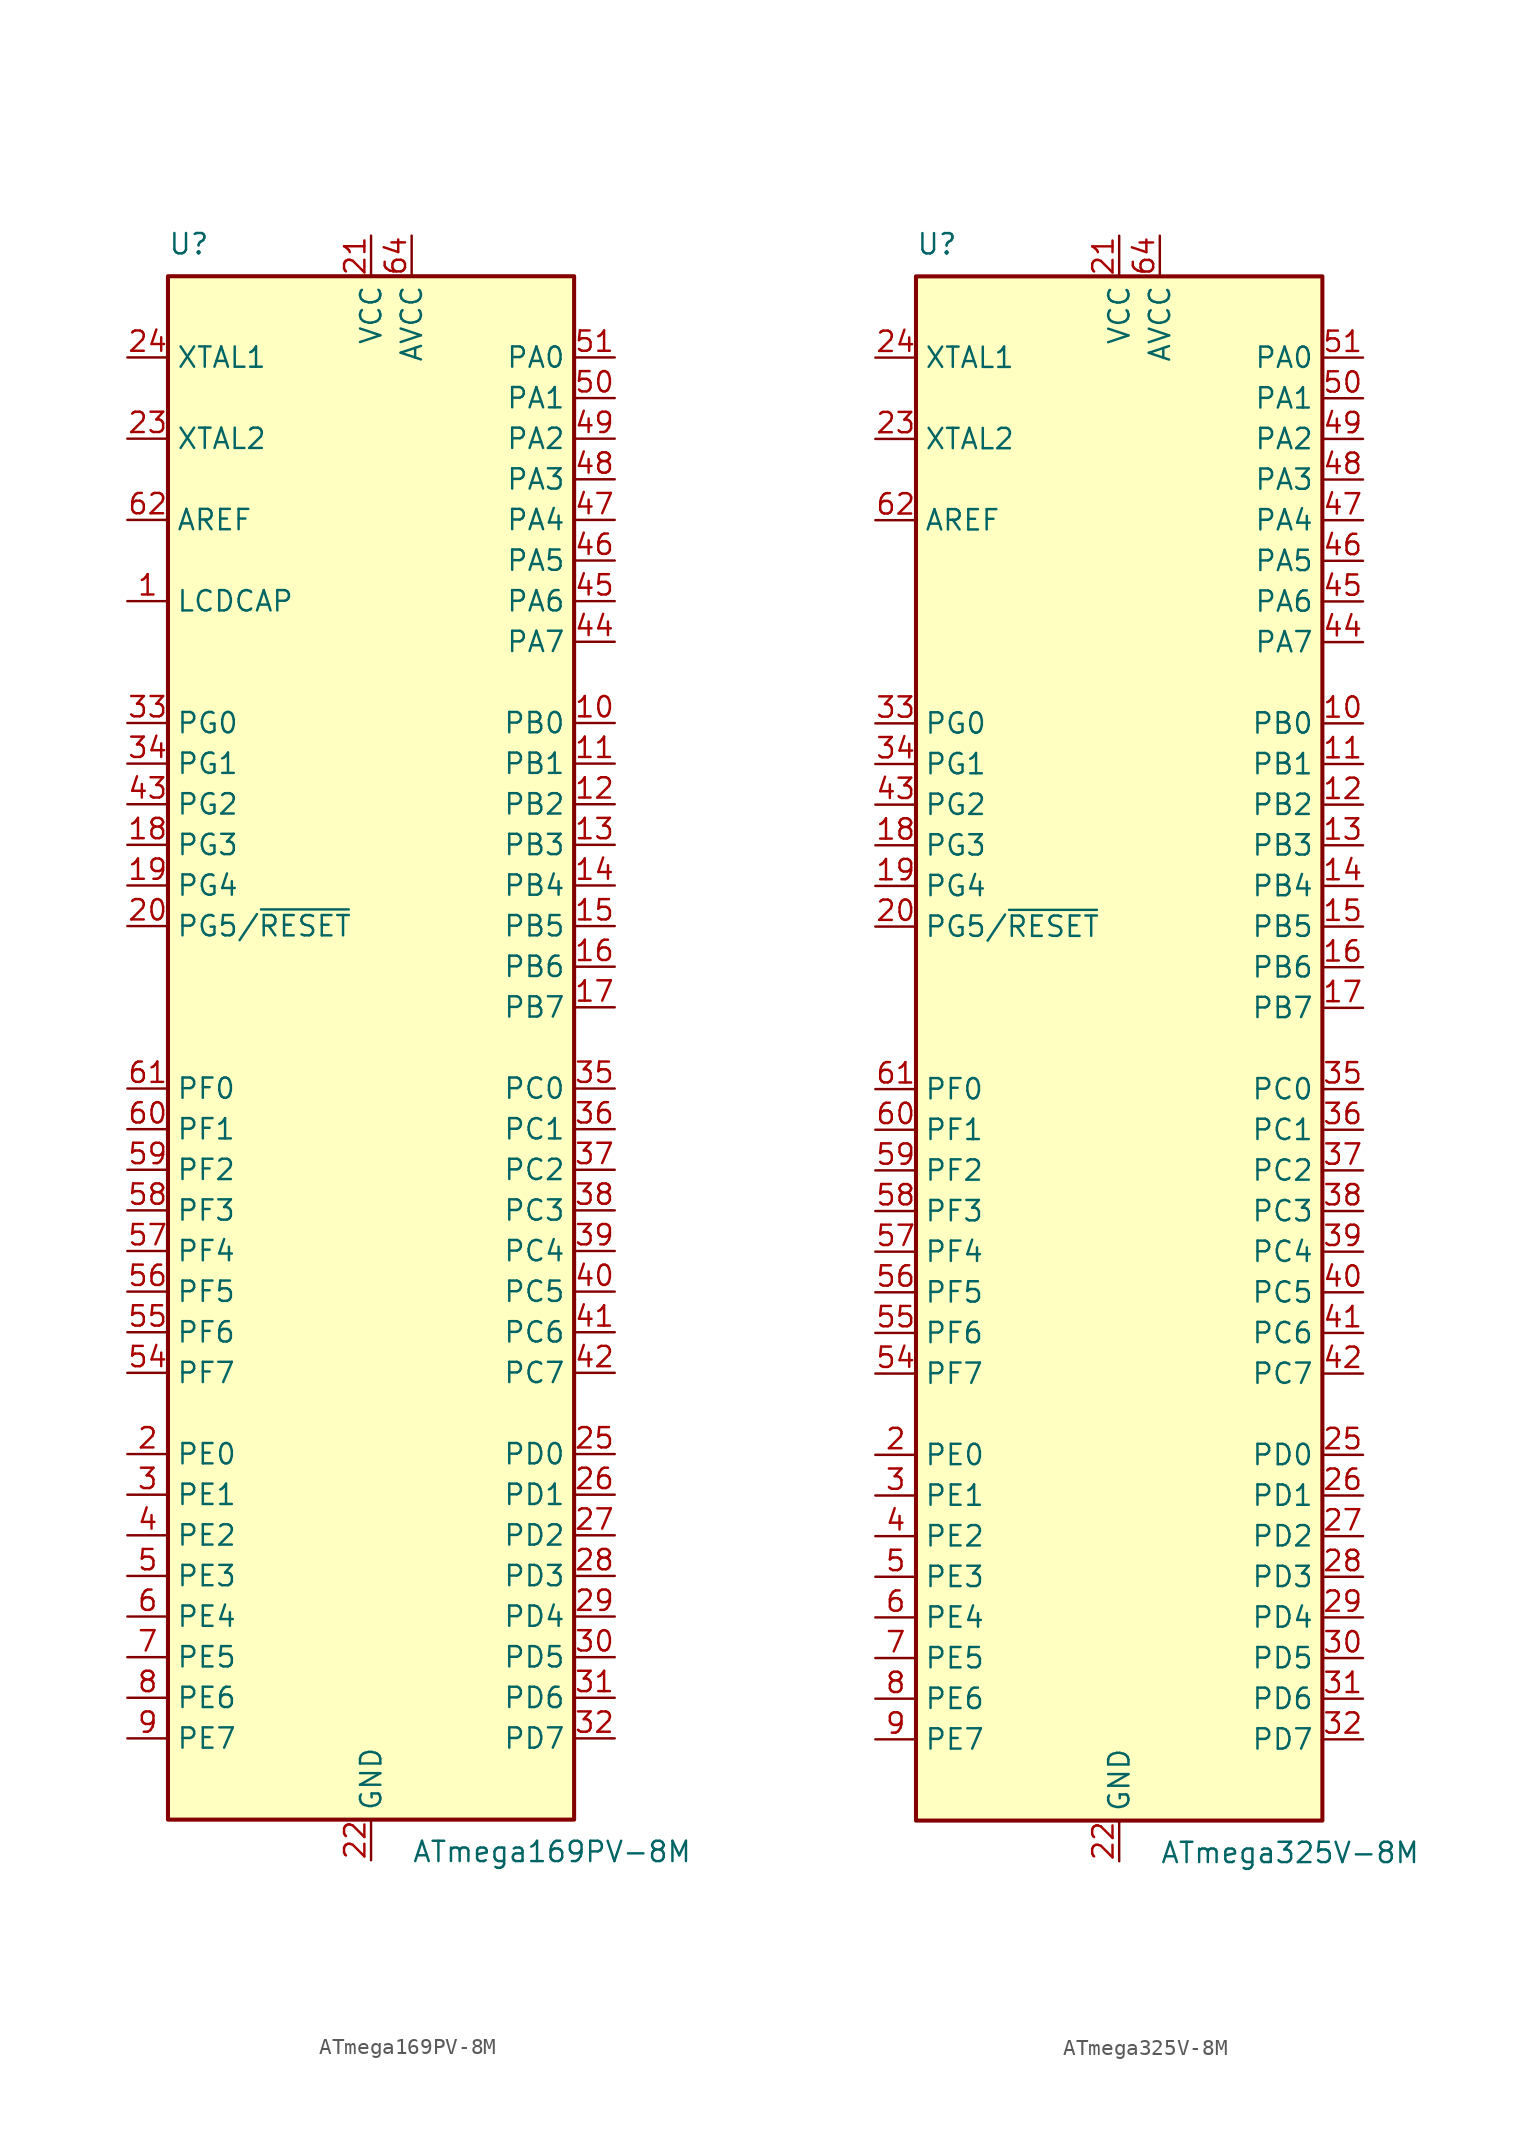
<source format=kicad_sym>
(kicad_symbol_lib
  (version 20211014)
  (generator kicad_symbol_editor)
  (symbol "ATmega169PV-8M"
    (property "Reference" "U"
      (at -12.7 49.53 0)
      (effects (font (size 1.27 1.27)) (justify left bottom)))
    (property "Value" "ATmega169PV-8M"
      (at 2.54 -49.53 0)
      (effects (font (size 1.27 1.27)) (justify left top)))
    (symbol "ATmega169PV-8M_0_1"
      (rectangle (start -12.7 -48.26) (end 12.7 48.26) (stroke (width 0.254) (type default) (color 0 0 0 0)) (fill (type background))))
    (symbol "ATmega169PV-8M_1_1"
      (pin passive line (at -15.24 27.94 0) (length 2.54) (name "LCDCAP" (effects (font (size 1.27 1.27)))) (number "1" (effects (font (size 1.27 1.27)))))
      (pin bidirectional line (at 15.24 20.32 180) (length 2.54) (name "PB0" (effects (font (size 1.27 1.27)))) (number "10" (effects (font (size 1.27 1.27)))))
      (pin bidirectional line (at 15.24 17.78 180) (length 2.54) (name "PB1" (effects (font (size 1.27 1.27)))) (number "11" (effects (font (size 1.27 1.27)))))
      (pin bidirectional line (at 15.24 15.24 180) (length 2.54) (name "PB2" (effects (font (size 1.27 1.27)))) (number "12" (effects (font (size 1.27 1.27)))))
      (pin bidirectional line (at 15.24 12.7 180) (length 2.54) (name "PB3" (effects (font (size 1.27 1.27)))) (number "13" (effects (font (size 1.27 1.27)))))
      (pin bidirectional line (at 15.24 10.16 180) (length 2.54) (name "PB4" (effects (font (size 1.27 1.27)))) (number "14" (effects (font (size 1.27 1.27)))))
      (pin bidirectional line (at 15.24 7.62 180) (length 2.54) (name "PB5" (effects (font (size 1.27 1.27)))) (number "15" (effects (font (size 1.27 1.27)))))
      (pin bidirectional line (at 15.24 5.08 180) (length 2.54) (name "PB6" (effects (font (size 1.27 1.27)))) (number "16" (effects (font (size 1.27 1.27)))))
      (pin bidirectional line (at 15.24 2.54 180) (length 2.54) (name "PB7" (effects (font (size 1.27 1.27)))) (number "17" (effects (font (size 1.27 1.27)))))
      (pin bidirectional line (at -15.24 12.7 0) (length 2.54) (name "PG3" (effects (font (size 1.27 1.27)))) (number "18" (effects (font (size 1.27 1.27)))))
      (pin bidirectional line (at -15.24 10.16 0) (length 2.54) (name "PG4" (effects (font (size 1.27 1.27)))) (number "19" (effects (font (size 1.27 1.27)))))
      (pin bidirectional line (at -15.24 -25.4 0) (length 2.54) (name "PE0" (effects (font (size 1.27 1.27)))) (number "2" (effects (font (size 1.27 1.27)))))
      (pin bidirectional line (at -15.24 7.62 0) (length 2.54) (name "PG5/~{RESET}" (effects (font (size 1.27 1.27)))) (number "20" (effects (font (size 1.27 1.27)))))
      (pin power_in line (at 0 50.8 270) (length 2.54) (name "VCC" (effects (font (size 1.27 1.27)))) (number "21" (effects (font (size 1.27 1.27)))))
      (pin power_in line (at 0 -50.8 90) (length 2.54) (name "GND" (effects (font (size 1.27 1.27)))) (number "22" (effects (font (size 1.27 1.27)))))
      (pin output line (at -15.24 38.1 0) (length 2.54) (name "XTAL2" (effects (font (size 1.27 1.27)))) (number "23" (effects (font (size 1.27 1.27)))))
      (pin input line (at -15.24 43.18 0) (length 2.54) (name "XTAL1" (effects (font (size 1.27 1.27)))) (number "24" (effects (font (size 1.27 1.27)))))
      (pin bidirectional line (at 15.24 -25.4 180) (length 2.54) (name "PD0" (effects (font (size 1.27 1.27)))) (number "25" (effects (font (size 1.27 1.27)))))
      (pin bidirectional line (at 15.24 -27.94 180) (length 2.54) (name "PD1" (effects (font (size 1.27 1.27)))) (number "26" (effects (font (size 1.27 1.27)))))
      (pin bidirectional line (at 15.24 -30.48 180) (length 2.54) (name "PD2" (effects (font (size 1.27 1.27)))) (number "27" (effects (font (size 1.27 1.27)))))
      (pin bidirectional line (at 15.24 -33.02 180) (length 2.54) (name "PD3" (effects (font (size 1.27 1.27)))) (number "28" (effects (font (size 1.27 1.27)))))
      (pin bidirectional line (at 15.24 -35.56 180) (length 2.54) (name "PD4" (effects (font (size 1.27 1.27)))) (number "29" (effects (font (size 1.27 1.27)))))
      (pin bidirectional line (at -15.24 -27.94 0) (length 2.54) (name "PE1" (effects (font (size 1.27 1.27)))) (number "3" (effects (font (size 1.27 1.27)))))
      (pin bidirectional line (at 15.24 -38.1 180) (length 2.54) (name "PD5" (effects (font (size 1.27 1.27)))) (number "30" (effects (font (size 1.27 1.27)))))
      (pin bidirectional line (at 15.24 -40.64 180) (length 2.54) (name "PD6" (effects (font (size 1.27 1.27)))) (number "31" (effects (font (size 1.27 1.27)))))
      (pin bidirectional line (at 15.24 -43.18 180) (length 2.54) (name "PD7" (effects (font (size 1.27 1.27)))) (number "32" (effects (font (size 1.27 1.27)))))
      (pin bidirectional line (at -15.24 20.32 0) (length 2.54) (name "PG0" (effects (font (size 1.27 1.27)))) (number "33" (effects (font (size 1.27 1.27)))))
      (pin bidirectional line (at -15.24 17.78 0) (length 2.54) (name "PG1" (effects (font (size 1.27 1.27)))) (number "34" (effects (font (size 1.27 1.27)))))
      (pin bidirectional line (at 15.24 -2.54 180) (length 2.54) (name "PC0" (effects (font (size 1.27 1.27)))) (number "35" (effects (font (size 1.27 1.27)))))
      (pin bidirectional line (at 15.24 -5.08 180) (length 2.54) (name "PC1" (effects (font (size 1.27 1.27)))) (number "36" (effects (font (size 1.27 1.27)))))
      (pin bidirectional line (at 15.24 -7.62 180) (length 2.54) (name "PC2" (effects (font (size 1.27 1.27)))) (number "37" (effects (font (size 1.27 1.27)))))
      (pin bidirectional line (at 15.24 -10.16 180) (length 2.54) (name "PC3" (effects (font (size 1.27 1.27)))) (number "38" (effects (font (size 1.27 1.27)))))
      (pin bidirectional line (at 15.24 -12.7 180) (length 2.54) (name "PC4" (effects (font (size 1.27 1.27)))) (number "39" (effects (font (size 1.27 1.27)))))
      (pin bidirectional line (at -15.24 -30.48 0) (length 2.54) (name "PE2" (effects (font (size 1.27 1.27)))) (number "4" (effects (font (size 1.27 1.27)))))
      (pin bidirectional line (at 15.24 -15.24 180) (length 2.54) (name "PC5" (effects (font (size 1.27 1.27)))) (number "40" (effects (font (size 1.27 1.27)))))
      (pin bidirectional line (at 15.24 -17.78 180) (length 2.54) (name "PC6" (effects (font (size 1.27 1.27)))) (number "41" (effects (font (size 1.27 1.27)))))
      (pin bidirectional line (at 15.24 -20.32 180) (length 2.54) (name "PC7" (effects (font (size 1.27 1.27)))) (number "42" (effects (font (size 1.27 1.27)))))
      (pin bidirectional line (at -15.24 15.24 0) (length 2.54) (name "PG2" (effects (font (size 1.27 1.27)))) (number "43" (effects (font (size 1.27 1.27)))))
      (pin bidirectional line (at 15.24 25.4 180) (length 2.54) (name "PA7" (effects (font (size 1.27 1.27)))) (number "44" (effects (font (size 1.27 1.27)))))
      (pin bidirectional line (at 15.24 27.94 180) (length 2.54) (name "PA6" (effects (font (size 1.27 1.27)))) (number "45" (effects (font (size 1.27 1.27)))))
      (pin bidirectional line (at 15.24 30.48 180) (length 2.54) (name "PA5" (effects (font (size 1.27 1.27)))) (number "46" (effects (font (size 1.27 1.27)))))
      (pin bidirectional line (at 15.24 33.02 180) (length 2.54) (name "PA4" (effects (font (size 1.27 1.27)))) (number "47" (effects (font (size 1.27 1.27)))))
      (pin bidirectional line (at 15.24 35.56 180) (length 2.54) (name "PA3" (effects (font (size 1.27 1.27)))) (number "48" (effects (font (size 1.27 1.27)))))
      (pin bidirectional line (at 15.24 38.1 180) (length 2.54) (name "PA2" (effects (font (size 1.27 1.27)))) (number "49" (effects (font (size 1.27 1.27)))))
      (pin bidirectional line (at -15.24 -33.02 0) (length 2.54) (name "PE3" (effects (font (size 1.27 1.27)))) (number "5" (effects (font (size 1.27 1.27)))))
      (pin bidirectional line (at 15.24 40.64 180) (length 2.54) (name "PA1" (effects (font (size 1.27 1.27)))) (number "50" (effects (font (size 1.27 1.27)))))
      (pin bidirectional line (at 15.24 43.18 180) (length 2.54) (name "PA0" (effects (font (size 1.27 1.27)))) (number "51" (effects (font (size 1.27 1.27)))))
      (pin passive line (at 0 50.8 270) (length 2.54) hide (name "VCC" (effects (font (size 1.27 1.27)))) (number "52" (effects (font (size 1.27 1.27)))))
      (pin passive line (at 0 -50.8 90) (length 2.54) hide (name "GND" (effects (font (size 1.27 1.27)))) (number "53" (effects (font (size 1.27 1.27)))))
      (pin bidirectional line (at -15.24 -20.32 0) (length 2.54) (name "PF7" (effects (font (size 1.27 1.27)))) (number "54" (effects (font (size 1.27 1.27)))))
      (pin bidirectional line (at -15.24 -17.78 0) (length 2.54) (name "PF6" (effects (font (size 1.27 1.27)))) (number "55" (effects (font (size 1.27 1.27)))))
      (pin bidirectional line (at -15.24 -15.24 0) (length 2.54) (name "PF5" (effects (font (size 1.27 1.27)))) (number "56" (effects (font (size 1.27 1.27)))))
      (pin bidirectional line (at -15.24 -12.7 0) (length 2.54) (name "PF4" (effects (font (size 1.27 1.27)))) (number "57" (effects (font (size 1.27 1.27)))))
      (pin bidirectional line (at -15.24 -10.16 0) (length 2.54) (name "PF3" (effects (font (size 1.27 1.27)))) (number "58" (effects (font (size 1.27 1.27)))))
      (pin bidirectional line (at -15.24 -7.62 0) (length 2.54) (name "PF2" (effects (font (size 1.27 1.27)))) (number "59" (effects (font (size 1.27 1.27)))))
      (pin bidirectional line (at -15.24 -35.56 0) (length 2.54) (name "PE4" (effects (font (size 1.27 1.27)))) (number "6" (effects (font (size 1.27 1.27)))))
      (pin bidirectional line (at -15.24 -5.08 0) (length 2.54) (name "PF1" (effects (font (size 1.27 1.27)))) (number "60" (effects (font (size 1.27 1.27)))))
      (pin bidirectional line (at -15.24 -2.54 0) (length 2.54) (name "PF0" (effects (font (size 1.27 1.27)))) (number "61" (effects (font (size 1.27 1.27)))))
      (pin passive line (at -15.24 33.02 0) (length 2.54) (name "AREF" (effects (font (size 1.27 1.27)))) (number "62" (effects (font (size 1.27 1.27)))))
      (pin passive line (at 0 -50.8 90) (length 2.54) hide (name "GND" (effects (font (size 1.27 1.27)))) (number "63" (effects (font (size 1.27 1.27)))))
      (pin power_in line (at 2.54 50.8 270) (length 2.54) (name "AVCC" (effects (font (size 1.27 1.27)))) (number "64" (effects (font (size 1.27 1.27)))))
      (pin passive line (at 0 -50.8 90) (length 2.54) hide (name "GND" (effects (font (size 1.27 1.27)))) (number "65" (effects (font (size 1.27 1.27)))))
      (pin bidirectional line (at -15.24 -38.1 0) (length 2.54) (name "PE5" (effects (font (size 1.27 1.27)))) (number "7" (effects (font (size 1.27 1.27)))))
      (pin bidirectional line (at -15.24 -40.64 0) (length 2.54) (name "PE6" (effects (font (size 1.27 1.27)))) (number "8" (effects (font (size 1.27 1.27)))))
      (pin bidirectional line (at -15.24 -43.18 0) (length 2.54) (name "PE7" (effects (font (size 1.27 1.27)))) (number "9" (effects (font (size 1.27 1.27)))))))
  (symbol "ATmega325V-8M"
    (property "Reference" "U"
      (at -12.7 49.53 0)
      (effects (font (size 1.27 1.27)) (justify left bottom)))
    (property "Value" "ATmega325V-8M"
      (at 2.54 -49.53 0)
      (effects (font (size 1.27 1.27)) (justify left top)))
    (symbol "ATmega325V-8M_0_1"
      (rectangle (start -12.7 -48.26) (end 12.7 48.26) (stroke (width 0.254) (type default) (color 0 0 0 0)) (fill (type background))))
    (symbol "ATmega325V-8M_1_1"
      (pin no_connect line (at -12.7 -45.72 0) (length 2.54) hide (name "NC" (effects (font (size 1.27 1.27)))) (number "1" (effects (font (size 1.27 1.27)))))
      (pin bidirectional line (at 15.24 20.32 180) (length 2.54) (name "PB0" (effects (font (size 1.27 1.27)))) (number "10" (effects (font (size 1.27 1.27)))))
      (pin bidirectional line (at 15.24 17.78 180) (length 2.54) (name "PB1" (effects (font (size 1.27 1.27)))) (number "11" (effects (font (size 1.27 1.27)))))
      (pin bidirectional line (at 15.24 15.24 180) (length 2.54) (name "PB2" (effects (font (size 1.27 1.27)))) (number "12" (effects (font (size 1.27 1.27)))))
      (pin bidirectional line (at 15.24 12.7 180) (length 2.54) (name "PB3" (effects (font (size 1.27 1.27)))) (number "13" (effects (font (size 1.27 1.27)))))
      (pin bidirectional line (at 15.24 10.16 180) (length 2.54) (name "PB4" (effects (font (size 1.27 1.27)))) (number "14" (effects (font (size 1.27 1.27)))))
      (pin bidirectional line (at 15.24 7.62 180) (length 2.54) (name "PB5" (effects (font (size 1.27 1.27)))) (number "15" (effects (font (size 1.27 1.27)))))
      (pin bidirectional line (at 15.24 5.08 180) (length 2.54) (name "PB6" (effects (font (size 1.27 1.27)))) (number "16" (effects (font (size 1.27 1.27)))))
      (pin bidirectional line (at 15.24 2.54 180) (length 2.54) (name "PB7" (effects (font (size 1.27 1.27)))) (number "17" (effects (font (size 1.27 1.27)))))
      (pin bidirectional line (at -15.24 12.7 0) (length 2.54) (name "PG3" (effects (font (size 1.27 1.27)))) (number "18" (effects (font (size 1.27 1.27)))))
      (pin bidirectional line (at -15.24 10.16 0) (length 2.54) (name "PG4" (effects (font (size 1.27 1.27)))) (number "19" (effects (font (size 1.27 1.27)))))
      (pin bidirectional line (at -15.24 -25.4 0) (length 2.54) (name "PE0" (effects (font (size 1.27 1.27)))) (number "2" (effects (font (size 1.27 1.27)))))
      (pin bidirectional line (at -15.24 7.62 0) (length 2.54) (name "PG5/~{RESET}" (effects (font (size 1.27 1.27)))) (number "20" (effects (font (size 1.27 1.27)))))
      (pin power_in line (at 0 50.8 270) (length 2.54) (name "VCC" (effects (font (size 1.27 1.27)))) (number "21" (effects (font (size 1.27 1.27)))))
      (pin power_in line (at 0 -50.8 90) (length 2.54) (name "GND" (effects (font (size 1.27 1.27)))) (number "22" (effects (font (size 1.27 1.27)))))
      (pin output line (at -15.24 38.1 0) (length 2.54) (name "XTAL2" (effects (font (size 1.27 1.27)))) (number "23" (effects (font (size 1.27 1.27)))))
      (pin input line (at -15.24 43.18 0) (length 2.54) (name "XTAL1" (effects (font (size 1.27 1.27)))) (number "24" (effects (font (size 1.27 1.27)))))
      (pin bidirectional line (at 15.24 -25.4 180) (length 2.54) (name "PD0" (effects (font (size 1.27 1.27)))) (number "25" (effects (font (size 1.27 1.27)))))
      (pin bidirectional line (at 15.24 -27.94 180) (length 2.54) (name "PD1" (effects (font (size 1.27 1.27)))) (number "26" (effects (font (size 1.27 1.27)))))
      (pin bidirectional line (at 15.24 -30.48 180) (length 2.54) (name "PD2" (effects (font (size 1.27 1.27)))) (number "27" (effects (font (size 1.27 1.27)))))
      (pin bidirectional line (at 15.24 -33.02 180) (length 2.54) (name "PD3" (effects (font (size 1.27 1.27)))) (number "28" (effects (font (size 1.27 1.27)))))
      (pin bidirectional line (at 15.24 -35.56 180) (length 2.54) (name "PD4" (effects (font (size 1.27 1.27)))) (number "29" (effects (font (size 1.27 1.27)))))
      (pin bidirectional line (at -15.24 -27.94 0) (length 2.54) (name "PE1" (effects (font (size 1.27 1.27)))) (number "3" (effects (font (size 1.27 1.27)))))
      (pin bidirectional line (at 15.24 -38.1 180) (length 2.54) (name "PD5" (effects (font (size 1.27 1.27)))) (number "30" (effects (font (size 1.27 1.27)))))
      (pin bidirectional line (at 15.24 -40.64 180) (length 2.54) (name "PD6" (effects (font (size 1.27 1.27)))) (number "31" (effects (font (size 1.27 1.27)))))
      (pin bidirectional line (at 15.24 -43.18 180) (length 2.54) (name "PD7" (effects (font (size 1.27 1.27)))) (number "32" (effects (font (size 1.27 1.27)))))
      (pin bidirectional line (at -15.24 20.32 0) (length 2.54) (name "PG0" (effects (font (size 1.27 1.27)))) (number "33" (effects (font (size 1.27 1.27)))))
      (pin bidirectional line (at -15.24 17.78 0) (length 2.54) (name "PG1" (effects (font (size 1.27 1.27)))) (number "34" (effects (font (size 1.27 1.27)))))
      (pin bidirectional line (at 15.24 -2.54 180) (length 2.54) (name "PC0" (effects (font (size 1.27 1.27)))) (number "35" (effects (font (size 1.27 1.27)))))
      (pin bidirectional line (at 15.24 -5.08 180) (length 2.54) (name "PC1" (effects (font (size 1.27 1.27)))) (number "36" (effects (font (size 1.27 1.27)))))
      (pin bidirectional line (at 15.24 -7.62 180) (length 2.54) (name "PC2" (effects (font (size 1.27 1.27)))) (number "37" (effects (font (size 1.27 1.27)))))
      (pin bidirectional line (at 15.24 -10.16 180) (length 2.54) (name "PC3" (effects (font (size 1.27 1.27)))) (number "38" (effects (font (size 1.27 1.27)))))
      (pin bidirectional line (at 15.24 -12.7 180) (length 2.54) (name "PC4" (effects (font (size 1.27 1.27)))) (number "39" (effects (font (size 1.27 1.27)))))
      (pin bidirectional line (at -15.24 -30.48 0) (length 2.54) (name "PE2" (effects (font (size 1.27 1.27)))) (number "4" (effects (font (size 1.27 1.27)))))
      (pin bidirectional line (at 15.24 -15.24 180) (length 2.54) (name "PC5" (effects (font (size 1.27 1.27)))) (number "40" (effects (font (size 1.27 1.27)))))
      (pin bidirectional line (at 15.24 -17.78 180) (length 2.54) (name "PC6" (effects (font (size 1.27 1.27)))) (number "41" (effects (font (size 1.27 1.27)))))
      (pin bidirectional line (at 15.24 -20.32 180) (length 2.54) (name "PC7" (effects (font (size 1.27 1.27)))) (number "42" (effects (font (size 1.27 1.27)))))
      (pin bidirectional line (at -15.24 15.24 0) (length 2.54) (name "PG2" (effects (font (size 1.27 1.27)))) (number "43" (effects (font (size 1.27 1.27)))))
      (pin bidirectional line (at 15.24 25.4 180) (length 2.54) (name "PA7" (effects (font (size 1.27 1.27)))) (number "44" (effects (font (size 1.27 1.27)))))
      (pin bidirectional line (at 15.24 27.94 180) (length 2.54) (name "PA6" (effects (font (size 1.27 1.27)))) (number "45" (effects (font (size 1.27 1.27)))))
      (pin bidirectional line (at 15.24 30.48 180) (length 2.54) (name "PA5" (effects (font (size 1.27 1.27)))) (number "46" (effects (font (size 1.27 1.27)))))
      (pin bidirectional line (at 15.24 33.02 180) (length 2.54) (name "PA4" (effects (font (size 1.27 1.27)))) (number "47" (effects (font (size 1.27 1.27)))))
      (pin bidirectional line (at 15.24 35.56 180) (length 2.54) (name "PA3" (effects (font (size 1.27 1.27)))) (number "48" (effects (font (size 1.27 1.27)))))
      (pin bidirectional line (at 15.24 38.1 180) (length 2.54) (name "PA2" (effects (font (size 1.27 1.27)))) (number "49" (effects (font (size 1.27 1.27)))))
      (pin bidirectional line (at -15.24 -33.02 0) (length 2.54) (name "PE3" (effects (font (size 1.27 1.27)))) (number "5" (effects (font (size 1.27 1.27)))))
      (pin bidirectional line (at 15.24 40.64 180) (length 2.54) (name "PA1" (effects (font (size 1.27 1.27)))) (number "50" (effects (font (size 1.27 1.27)))))
      (pin bidirectional line (at 15.24 43.18 180) (length 2.54) (name "PA0" (effects (font (size 1.27 1.27)))) (number "51" (effects (font (size 1.27 1.27)))))
      (pin passive line (at 0 50.8 270) (length 2.54) hide (name "VCC" (effects (font (size 1.27 1.27)))) (number "52" (effects (font (size 1.27 1.27)))))
      (pin passive line (at 0 -50.8 90) (length 2.54) hide (name "GND" (effects (font (size 1.27 1.27)))) (number "53" (effects (font (size 1.27 1.27)))))
      (pin bidirectional line (at -15.24 -20.32 0) (length 2.54) (name "PF7" (effects (font (size 1.27 1.27)))) (number "54" (effects (font (size 1.27 1.27)))))
      (pin bidirectional line (at -15.24 -17.78 0) (length 2.54) (name "PF6" (effects (font (size 1.27 1.27)))) (number "55" (effects (font (size 1.27 1.27)))))
      (pin bidirectional line (at -15.24 -15.24 0) (length 2.54) (name "PF5" (effects (font (size 1.27 1.27)))) (number "56" (effects (font (size 1.27 1.27)))))
      (pin bidirectional line (at -15.24 -12.7 0) (length 2.54) (name "PF4" (effects (font (size 1.27 1.27)))) (number "57" (effects (font (size 1.27 1.27)))))
      (pin bidirectional line (at -15.24 -10.16 0) (length 2.54) (name "PF3" (effects (font (size 1.27 1.27)))) (number "58" (effects (font (size 1.27 1.27)))))
      (pin bidirectional line (at -15.24 -7.62 0) (length 2.54) (name "PF2" (effects (font (size 1.27 1.27)))) (number "59" (effects (font (size 1.27 1.27)))))
      (pin bidirectional line (at -15.24 -35.56 0) (length 2.54) (name "PE4" (effects (font (size 1.27 1.27)))) (number "6" (effects (font (size 1.27 1.27)))))
      (pin bidirectional line (at -15.24 -5.08 0) (length 2.54) (name "PF1" (effects (font (size 1.27 1.27)))) (number "60" (effects (font (size 1.27 1.27)))))
      (pin bidirectional line (at -15.24 -2.54 0) (length 2.54) (name "PF0" (effects (font (size 1.27 1.27)))) (number "61" (effects (font (size 1.27 1.27)))))
      (pin passive line (at -15.24 33.02 0) (length 2.54) (name "AREF" (effects (font (size 1.27 1.27)))) (number "62" (effects (font (size 1.27 1.27)))))
      (pin passive line (at 0 -50.8 90) (length 2.54) hide (name "GND" (effects (font (size 1.27 1.27)))) (number "63" (effects (font (size 1.27 1.27)))))
      (pin power_in line (at 2.54 50.8 270) (length 2.54) (name "AVCC" (effects (font (size 1.27 1.27)))) (number "64" (effects (font (size 1.27 1.27)))))
      (pin passive line (at 0 -50.8 90) (length 2.54) hide (name "GND" (effects (font (size 1.27 1.27)))) (number "65" (effects (font (size 1.27 1.27)))))
      (pin bidirectional line (at -15.24 -38.1 0) (length 2.54) (name "PE5" (effects (font (size 1.27 1.27)))) (number "7" (effects (font (size 1.27 1.27)))))
      (pin bidirectional line (at -15.24 -40.64 0) (length 2.54) (name "PE6" (effects (font (size 1.27 1.27)))) (number "8" (effects (font (size 1.27 1.27)))))
      (pin bidirectional line (at -15.24 -43.18 0) (length 2.54) (name "PE7" (effects (font (size 1.27 1.27)))) (number "9" (effects (font (size 1.27 1.27))))))))
</source>
